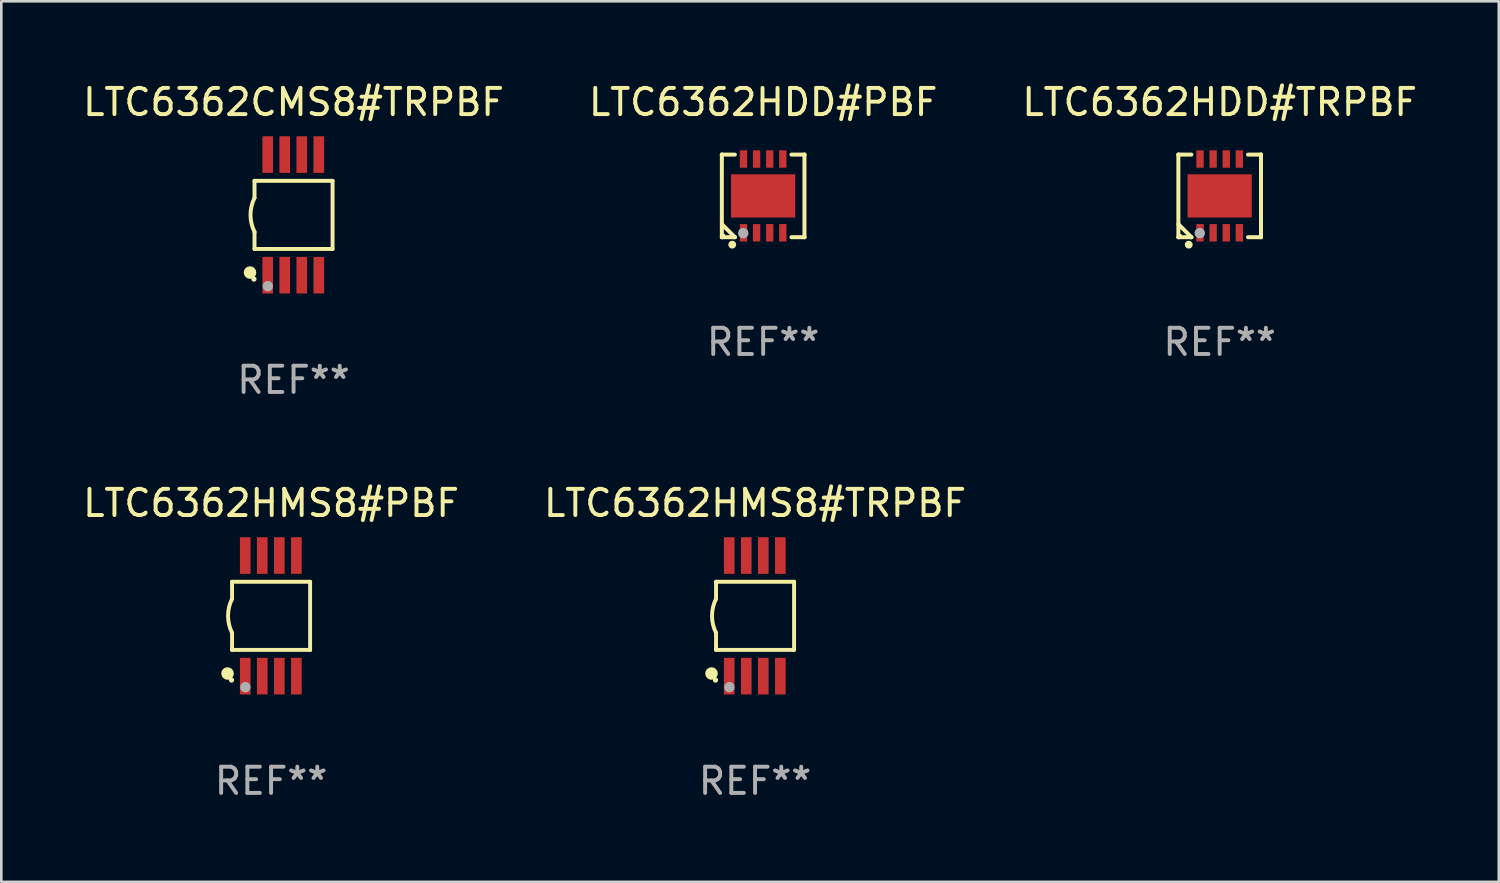
<source format=kicad_pcb>
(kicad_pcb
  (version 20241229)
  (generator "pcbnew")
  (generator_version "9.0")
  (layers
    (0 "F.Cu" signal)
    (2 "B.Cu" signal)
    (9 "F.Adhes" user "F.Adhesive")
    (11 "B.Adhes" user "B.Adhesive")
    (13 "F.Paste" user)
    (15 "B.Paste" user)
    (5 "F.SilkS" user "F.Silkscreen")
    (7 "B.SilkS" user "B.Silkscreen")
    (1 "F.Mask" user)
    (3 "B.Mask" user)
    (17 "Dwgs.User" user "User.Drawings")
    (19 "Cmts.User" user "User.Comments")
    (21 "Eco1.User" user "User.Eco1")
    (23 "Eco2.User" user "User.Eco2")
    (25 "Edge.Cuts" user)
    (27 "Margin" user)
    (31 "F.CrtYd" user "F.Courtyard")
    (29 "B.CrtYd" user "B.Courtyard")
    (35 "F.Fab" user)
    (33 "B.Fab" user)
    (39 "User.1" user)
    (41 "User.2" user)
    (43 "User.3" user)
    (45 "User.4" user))
  (footprint "LTC6362HMS8#TRPBF"
    (layer "F.Cu")
    (at 25.756 20.445)
    (property "Reference" "LTC6362HMS8#TRPBF" (at 0 -4.3 0) (layer "F.SilkS") (effects (font (size 1 1) (thickness 0.15))))
    (attr through_hole)
    (fp_line (start -1.489 -1.3) (end -1.489 -0.648) (stroke (width 0.15) (type solid)) (layer "F.SilkS"))
    (fp_line (start -1.489 0.648) (end -1.489 1.3) (stroke (width 0.15) (type solid)) (layer "F.SilkS"))
    (fp_line (start -1.489 1.3) (end 1.489 1.3) (stroke (width 0.15) (type solid)) (layer "F.SilkS"))
    (fp_line (start 1.489 -1.3) (end -1.489 -1.3) (stroke (width 0.15) (type solid)) (layer "F.SilkS"))
    (fp_line (start 1.489 1.3) (end 1.489 -1.3) (stroke (width 0.15) (type solid)) (layer "F.SilkS"))
    (fp_arc (start -1.489205 0.647702) (mid -1.642107 0) (end -1.489205 -0.647701) (stroke (width 0.150013) (type solid)) (layer "F.SilkS"))
    (fp_circle (center -1.661 2.2) (end -1.541 2.2) (stroke (width 0.24) (type solid)) (fill no) (layer "F.SilkS"))
    (fp_circle (center -1.511 2.45) (end -1.461 2.45) (stroke (width 0.1) (type solid)) (fill no) (layer "F.SilkS"))
    (fp_circle (center -0.981 2.72) (end -0.881 2.72) (stroke (width 0.2) (type solid)) (fill no) (layer "F.Fab"))
    (fp_text user "REF**" (at 0 6.3 0) (layer "F.Fab") (effects (font (size 1 1) (thickness 0.15))))
    (pad "1" smd rect (at -0.986 2.3) (size 0.406 1.397) (layers "F.Cu" "F.Mask" "F.Paste"))
    (pad "2" smd rect (at -0.336 2.3) (size 0.406 1.397) (layers "F.Cu" "F.Mask" "F.Paste"))
    (pad "3" smd rect (at 0.314 2.3) (size 0.406 1.397) (layers "F.Cu" "F.Mask" "F.Paste"))
    (pad "4" smd rect (at 0.964 2.3) (size 0.406 1.397) (layers "F.Cu" "F.Mask" "F.Paste"))
    (pad "5" smd rect (at 0.964 -2.3) (size 0.406 1.397) (layers "F.Cu" "F.Mask" "F.Paste"))
    (pad "6" smd rect (at 0.314 -2.3) (size 0.406 1.397) (layers "F.Cu" "F.Mask" "F.Paste"))
    (pad "7" smd rect (at -0.336 -2.3) (size 0.406 1.397) (layers "F.Cu" "F.Mask" "F.Paste"))
    (pad "8" smd rect (at -0.986 -2.3) (size 0.406 1.397) (layers "F.Cu" "F.Mask" "F.Paste")))
  (footprint "LTC6362CMS8#TRPBF"
    (layer "F.Cu")
    (at 8.149 5.148)
    (property "Reference" "LTC6362CMS8#TRPBF" (at 0 -4.3 0) (layer "F.SilkS") (effects (font (size 1 1) (thickness 0.15))))
    (attr through_hole)
    (fp_line (start -1.489 -1.3) (end -1.489 -0.648) (stroke (width 0.15) (type solid)) (layer "F.SilkS"))
    (fp_line (start -1.489 0.648) (end -1.489 1.3) (stroke (width 0.15) (type solid)) (layer "F.SilkS"))
    (fp_line (start -1.489 1.3) (end 1.489 1.3) (stroke (width 0.15) (type solid)) (layer "F.SilkS"))
    (fp_line (start 1.489 -1.3) (end -1.489 -1.3) (stroke (width 0.15) (type solid)) (layer "F.SilkS"))
    (fp_line (start 1.489 1.3) (end 1.489 -1.3) (stroke (width 0.15) (type solid)) (layer "F.SilkS"))
    (fp_arc (start -1.489205 0.647702) (mid -1.642107 0) (end -1.489205 -0.647701) (stroke (width 0.150013) (type solid)) (layer "F.SilkS"))
    (fp_circle (center -1.661 2.2) (end -1.541 2.2) (stroke (width 0.24) (type solid)) (fill no) (layer "F.SilkS"))
    (fp_circle (center -1.511 2.45) (end -1.461 2.45) (stroke (width 0.1) (type solid)) (fill no) (layer "F.SilkS"))
    (fp_circle (center -0.981 2.72) (end -0.881 2.72) (stroke (width 0.2) (type solid)) (fill no) (layer "F.Fab"))
    (fp_text user "REF**" (at 0 6.3 0) (layer "F.Fab") (effects (font (size 1 1) (thickness 0.15))))
    (pad "1" smd rect (at -0.986 2.3) (size 0.406 1.397) (layers "F.Cu" "F.Mask" "F.Paste"))
    (pad "2" smd rect (at -0.336 2.3) (size 0.406 1.397) (layers "F.Cu" "F.Mask" "F.Paste"))
    (pad "3" smd rect (at 0.314 2.3) (size 0.406 1.397) (layers "F.Cu" "F.Mask" "F.Paste"))
    (pad "4" smd rect (at 0.964 2.3) (size 0.406 1.397) (layers "F.Cu" "F.Mask" "F.Paste"))
    (pad "5" smd rect (at 0.964 -2.3) (size 0.406 1.397) (layers "F.Cu" "F.Mask" "F.Paste"))
    (pad "6" smd rect (at 0.314 -2.3) (size 0.406 1.397) (layers "F.Cu" "F.Mask" "F.Paste"))
    (pad "7" smd rect (at -0.336 -2.3) (size 0.406 1.397) (layers "F.Cu" "F.Mask" "F.Paste"))
    (pad "8" smd rect (at -0.986 -2.3) (size 0.406 1.397) (layers "F.Cu" "F.Mask" "F.Paste")))
  (footprint "LTC6362HDD#PBF"
    (layer "F.Cu")
    (at 26.065 4.424)
    (property "Reference" "LTC6362HDD#PBF" (at 0 -3.576 0) (layer "F.SilkS") (effects (font (size 1 1) (thickness 0.15))))
    (attr through_hole)
    (fp_line (start -1.576 -1.576) (end -1.576 -1.576) (stroke (width 0.152) (type solid)) (layer "F.SilkS"))
    (fp_line (start -1.576 -1.576) (end -1.08 -1.576) (stroke (width 0.152) (type solid)) (layer "F.SilkS"))
    (fp_line (start -1.576 1.576) (end -1.576 -1.576) (stroke (width 0.152) (type solid)) (layer "F.SilkS"))
    (fp_line (start -1.576 1.576) (end -1.576 1.576) (stroke (width 0.152) (type solid)) (layer "F.SilkS"))
    (fp_line (start -1.08 1.575) (end -1.576 1.079) (stroke (width 0.152) (type solid)) (layer "F.SilkS"))
    (fp_line (start -1.08 1.576) (end -1.576 1.576) (stroke (width 0.152) (type solid)) (layer "F.SilkS"))
    (fp_line (start -1.08 1.576) (end -1.08 1.575) (stroke (width 0.152) (type solid)) (layer "F.SilkS"))
    (fp_line (start 1.08 1.576) (end 1.576 1.576) (stroke (width 0.152) (type solid)) (layer "F.SilkS"))
    (fp_line (start 1.576 -1.576) (end 1.08 -1.576) (stroke (width 0.152) (type solid)) (layer "F.SilkS"))
    (fp_line (start 1.576 -1.576) (end 1.576 -1.576) (stroke (width 0.152) (type solid)) (layer "F.SilkS"))
    (fp_line (start 1.576 1.576) (end 1.576 -1.576) (stroke (width 0.152) (type solid)) (layer "F.SilkS"))
    (fp_line (start 1.576 1.576) (end 1.576 1.576) (stroke (width 0.152) (type solid)) (layer "F.SilkS"))
    (fp_circle (center -1.5 1.5) (end -1.47 1.5) (stroke (width 0.06) (type solid)) (fill no) (layer "F.SilkS"))
    (fp_circle (center -1.18 1.86) (end -1.105 1.86) (stroke (width 0.15) (type solid)) (fill no) (layer "F.SilkS"))
    (fp_circle (center -0.76 1.42) (end -0.66 1.42) (stroke (width 0.2) (type solid)) (fill no) (layer "F.Fab"))
    (fp_text user "REF**" (at 0 5.576 0) (layer "F.Fab") (effects (font (size 1 1) (thickness 0.15))))
    (pad "1" smd rect (at -0.75 1.407) (size 0.28 0.665) (layers "F.Cu" "F.Mask" "F.Paste"))
    (pad "2" smd rect (at -0.25 1.407) (size 0.28 0.665) (layers "F.Cu" "F.Mask" "F.Paste"))
    (pad "3" smd rect (at 0.25 1.407) (size 0.28 0.665) (layers "F.Cu" "F.Mask" "F.Paste"))
    (pad "4" smd rect (at 0.75 1.407) (size 0.28 0.665) (layers "F.Cu" "F.Mask" "F.Paste"))
    (pad "5" smd rect (at 0.75 -1.407) (size 0.28 0.665) (layers "F.Cu" "F.Mask" "F.Paste"))
    (pad "6" smd rect (at 0.25 -1.407) (size 0.28 0.665) (layers "F.Cu" "F.Mask" "F.Paste"))
    (pad "7" smd rect (at -0.25 -1.407) (size 0.28 0.665) (layers "F.Cu" "F.Mask" "F.Paste"))
    (pad "8" smd rect (at -0.75 -1.407) (size 0.28 0.665) (layers "F.Cu" "F.Mask" "F.Paste"))
    (pad "9" smd rect (at 0 0) (size 2.45 1.65) (layers "F.Cu" "F.Mask" "F.Paste")))
  (footprint "LTC6362HDD#TRPBF"
    (layer "F.Cu")
    (at 43.482 4.424)
    (property "Reference" "LTC6362HDD#TRPBF" (at 0 -3.576 0) (layer "F.SilkS") (effects (font (size 1 1) (thickness 0.15))))
    (attr through_hole)
    (fp_line (start -1.576 -1.576) (end -1.576 -1.576) (stroke (width 0.152) (type solid)) (layer "F.SilkS"))
    (fp_line (start -1.576 -1.576) (end -1.08 -1.576) (stroke (width 0.152) (type solid)) (layer "F.SilkS"))
    (fp_line (start -1.576 1.576) (end -1.576 -1.576) (stroke (width 0.152) (type solid)) (layer "F.SilkS"))
    (fp_line (start -1.576 1.576) (end -1.576 1.576) (stroke (width 0.152) (type solid)) (layer "F.SilkS"))
    (fp_line (start -1.08 1.575) (end -1.576 1.079) (stroke (width 0.152) (type solid)) (layer "F.SilkS"))
    (fp_line (start -1.08 1.576) (end -1.576 1.576) (stroke (width 0.152) (type solid)) (layer "F.SilkS"))
    (fp_line (start -1.08 1.576) (end -1.08 1.575) (stroke (width 0.152) (type solid)) (layer "F.SilkS"))
    (fp_line (start 1.08 1.576) (end 1.576 1.576) (stroke (width 0.152) (type solid)) (layer "F.SilkS"))
    (fp_line (start 1.576 -1.576) (end 1.08 -1.576) (stroke (width 0.152) (type solid)) (layer "F.SilkS"))
    (fp_line (start 1.576 -1.576) (end 1.576 -1.576) (stroke (width 0.152) (type solid)) (layer "F.SilkS"))
    (fp_line (start 1.576 1.576) (end 1.576 -1.576) (stroke (width 0.152) (type solid)) (layer "F.SilkS"))
    (fp_line (start 1.576 1.576) (end 1.576 1.576) (stroke (width 0.152) (type solid)) (layer "F.SilkS"))
    (fp_circle (center -1.5 1.5) (end -1.47 1.5) (stroke (width 0.06) (type solid)) (fill no) (layer "F.SilkS"))
    (fp_circle (center -1.18 1.86) (end -1.105 1.86) (stroke (width 0.15) (type solid)) (fill no) (layer "F.SilkS"))
    (fp_circle (center -0.76 1.42) (end -0.66 1.42) (stroke (width 0.2) (type solid)) (fill no) (layer "F.Fab"))
    (fp_text user "REF**" (at 0 5.576 0) (layer "F.Fab") (effects (font (size 1 1) (thickness 0.15))))
    (pad "1" smd rect (at -0.75 1.407) (size 0.28 0.665) (layers "F.Cu" "F.Mask" "F.Paste"))
    (pad "2" smd rect (at -0.25 1.407) (size 0.28 0.665) (layers "F.Cu" "F.Mask" "F.Paste"))
    (pad "3" smd rect (at 0.25 1.407) (size 0.28 0.665) (layers "F.Cu" "F.Mask" "F.Paste"))
    (pad "4" smd rect (at 0.75 1.407) (size 0.28 0.665) (layers "F.Cu" "F.Mask" "F.Paste"))
    (pad "5" smd rect (at 0.75 -1.407) (size 0.28 0.665) (layers "F.Cu" "F.Mask" "F.Paste"))
    (pad "6" smd rect (at 0.25 -1.407) (size 0.28 0.665) (layers "F.Cu" "F.Mask" "F.Paste"))
    (pad "7" smd rect (at -0.25 -1.407) (size 0.28 0.665) (layers "F.Cu" "F.Mask" "F.Paste"))
    (pad "8" smd rect (at -0.75 -1.407) (size 0.28 0.665) (layers "F.Cu" "F.Mask" "F.Paste"))
    (pad "9" smd rect (at 0 0) (size 2.45 1.65) (layers "F.Cu" "F.Mask" "F.Paste")))
  (footprint "LTC6362HMS8#PBF"
    (layer "F.Cu")
    (at 7.292 20.445)
    (property "Reference" "LTC6362HMS8#PBF" (at 0 -4.3 0) (layer "F.SilkS") (effects (font (size 1 1) (thickness 0.15))))
    (attr through_hole)
    (fp_line (start -1.489 -1.3) (end -1.489 -0.648) (stroke (width 0.15) (type solid)) (layer "F.SilkS"))
    (fp_line (start -1.489 0.648) (end -1.489 1.3) (stroke (width 0.15) (type solid)) (layer "F.SilkS"))
    (fp_line (start -1.489 1.3) (end 1.489 1.3) (stroke (width 0.15) (type solid)) (layer "F.SilkS"))
    (fp_line (start 1.489 -1.3) (end -1.489 -1.3) (stroke (width 0.15) (type solid)) (layer "F.SilkS"))
    (fp_line (start 1.489 1.3) (end 1.489 -1.3) (stroke (width 0.15) (type solid)) (layer "F.SilkS"))
    (fp_arc (start -1.489205 0.647702) (mid -1.642107 0) (end -1.489205 -0.647701) (stroke (width 0.150013) (type solid)) (layer "F.SilkS"))
    (fp_circle (center -1.661 2.2) (end -1.541 2.2) (stroke (width 0.24) (type solid)) (fill no) (layer "F.SilkS"))
    (fp_circle (center -1.511 2.45) (end -1.461 2.45) (stroke (width 0.1) (type solid)) (fill no) (layer "F.SilkS"))
    (fp_circle (center -0.981 2.72) (end -0.881 2.72) (stroke (width 0.2) (type solid)) (fill no) (layer "F.Fab"))
    (fp_text user "REF**" (at 0 6.3 0) (layer "F.Fab") (effects (font (size 1 1) (thickness 0.15))))
    (pad "1" smd rect (at -0.986 2.3) (size 0.406 1.397) (layers "F.Cu" "F.Mask" "F.Paste"))
    (pad "2" smd rect (at -0.336 2.3) (size 0.406 1.397) (layers "F.Cu" "F.Mask" "F.Paste"))
    (pad "3" smd rect (at 0.314 2.3) (size 0.406 1.397) (layers "F.Cu" "F.Mask" "F.Paste"))
    (pad "4" smd rect (at 0.964 2.3) (size 0.406 1.397) (layers "F.Cu" "F.Mask" "F.Paste"))
    (pad "5" smd rect (at 0.964 -2.3) (size 0.406 1.397) (layers "F.Cu" "F.Mask" "F.Paste"))
    (pad "6" smd rect (at 0.314 -2.3) (size 0.406 1.397) (layers "F.Cu" "F.Mask" "F.Paste"))
    (pad "7" smd rect (at -0.336 -2.3) (size 0.406 1.397) (layers "F.Cu" "F.Mask" "F.Paste"))
    (pad "8" smd rect (at -0.986 -2.3) (size 0.406 1.397) (layers "F.Cu" "F.Mask" "F.Paste")))
  (gr_rect
    (start -3 -3)
    (end 54.131 30.593)
    (stroke (width 0.1) (type default))
    (fill no)
    (layer "Edge.Cuts")))
</source>
